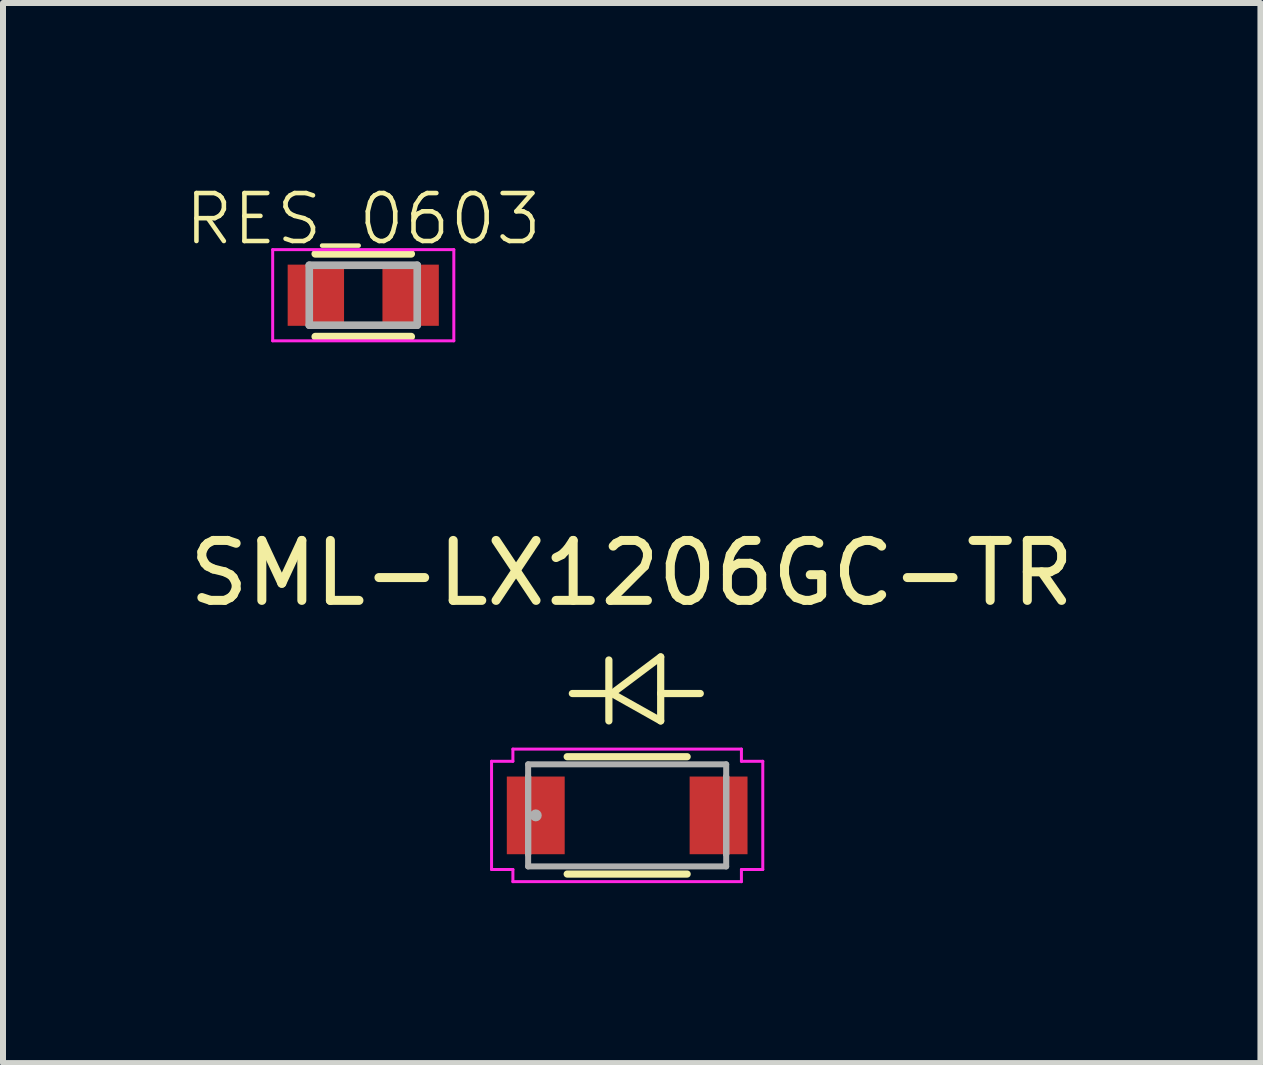
<source format=kicad_pcb>
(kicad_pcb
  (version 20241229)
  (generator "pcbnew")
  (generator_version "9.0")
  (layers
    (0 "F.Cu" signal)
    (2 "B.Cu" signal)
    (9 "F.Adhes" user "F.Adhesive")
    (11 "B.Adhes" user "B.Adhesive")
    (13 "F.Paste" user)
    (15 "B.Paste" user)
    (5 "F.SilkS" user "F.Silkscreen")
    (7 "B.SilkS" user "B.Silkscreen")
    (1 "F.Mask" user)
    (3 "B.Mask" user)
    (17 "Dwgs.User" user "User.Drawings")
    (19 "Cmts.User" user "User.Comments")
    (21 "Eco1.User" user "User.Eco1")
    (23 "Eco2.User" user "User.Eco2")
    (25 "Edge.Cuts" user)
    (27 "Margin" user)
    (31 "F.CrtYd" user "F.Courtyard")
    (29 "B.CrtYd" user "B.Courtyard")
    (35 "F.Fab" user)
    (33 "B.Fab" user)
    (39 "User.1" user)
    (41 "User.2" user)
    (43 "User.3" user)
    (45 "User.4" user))
  (footprint "SML-LX1206GC-TR"
    (layer "F.Cu")
    (at 7.406 10.544)
    (property "Reference" "SML-LX1206GC-TR" (at 0.076 -4.039 0) (layer "F.SilkS") (effects (font (size 1 1) (thickness 0.15))))
    (attr through_hole)
    (fp_line (start -1 0.978) (end 1 0.978) (stroke (width 0.12) (type solid)) (layer "F.SilkS"))
    (fp_line (start -0.305 -2.591) (end -0.305 -1.575) (stroke (width 0.12) (type solid)) (layer "F.SilkS"))
    (fp_line (start -0.254 -2.032) (end -0.914 -2.032) (stroke (width 0.12) (type solid)) (layer "F.SilkS"))
    (fp_line (start 0.559 -2.642) (end -0.254 -2.032) (stroke (width 0.12) (type solid)) (layer "F.SilkS"))
    (fp_line (start 0.559 -2.032) (end 0.559 -2.642) (stroke (width 0.12) (type solid)) (layer "F.SilkS"))
    (fp_line (start 0.559 -2.032) (end 0.559 -1.575) (stroke (width 0.12) (type solid)) (layer "F.SilkS"))
    (fp_line (start 0.559 -1.575) (end -0.254 -2.032) (stroke (width 0.12) (type solid)) (layer "F.SilkS"))
    (fp_line (start 1 -0.978) (end -1 -0.978) (stroke (width 0.12) (type solid)) (layer "F.SilkS"))
    (fp_line (start 1.219 -2.032) (end 0.559 -2.032) (stroke (width 0.12) (type solid)) (layer "F.SilkS"))
    (fp_line (start -2.261 -0.902) (end -1.905 -0.902) (stroke (width 0.05) (type solid)) (layer "F.CrtYd"))
    (fp_line (start -2.261 0.902) (end -2.261 -0.902) (stroke (width 0.05) (type solid)) (layer "F.CrtYd"))
    (fp_line (start -1.905 -1.105) (end 1.905 -1.105) (stroke (width 0.05) (type solid)) (layer "F.CrtYd"))
    (fp_line (start -1.905 -0.902) (end -1.905 -1.105) (stroke (width 0.05) (type solid)) (layer "F.CrtYd"))
    (fp_line (start -1.905 0.902) (end -2.261 0.902) (stroke (width 0.05) (type solid)) (layer "F.CrtYd"))
    (fp_line (start -1.905 1.105) (end -1.905 0.902) (stroke (width 0.05) (type solid)) (layer "F.CrtYd"))
    (fp_line (start 1.905 -1.105) (end 1.905 -0.902) (stroke (width 0.05) (type solid)) (layer "F.CrtYd"))
    (fp_line (start 1.905 -0.902) (end 2.261 -0.902) (stroke (width 0.05) (type solid)) (layer "F.CrtYd"))
    (fp_line (start 1.905 0.902) (end 1.905 1.105) (stroke (width 0.05) (type solid)) (layer "F.CrtYd"))
    (fp_line (start 1.905 1.105) (end -1.905 1.105) (stroke (width 0.05) (type solid)) (layer "F.CrtYd"))
    (fp_line (start 2.261 -0.902) (end 2.261 0.902) (stroke (width 0.05) (type solid)) (layer "F.CrtYd"))
    (fp_line (start 2.261 0.902) (end 1.905 0.902) (stroke (width 0.05) (type solid)) (layer "F.CrtYd"))
    (fp_line (start -1.651 -0.851) (end -1.651 0.851) (stroke (width 0.1) (type solid)) (layer "F.Fab"))
    (fp_line (start -1.651 -0.648) (end -1.651 -0.648) (stroke (width 0.1) (type solid)) (layer "F.Fab"))
    (fp_line (start -1.651 -0.648) (end -1.651 0.648) (stroke (width 0.1) (type solid)) (layer "F.Fab"))
    (fp_line (start -1.651 0.648) (end -1.651 -0.648) (stroke (width 0.1) (type solid)) (layer "F.Fab"))
    (fp_line (start -1.651 0.648) (end -1.651 0.648) (stroke (width 0.1) (type solid)) (layer "F.Fab"))
    (fp_line (start -1.651 0.851) (end 1.651 0.851) (stroke (width 0.1) (type solid)) (layer "F.Fab"))
    (fp_line (start 1.651 -0.851) (end -1.651 -0.851) (stroke (width 0.1) (type solid)) (layer "F.Fab"))
    (fp_line (start 1.651 -0.648) (end 1.651 -0.648) (stroke (width 0.1) (type solid)) (layer "F.Fab"))
    (fp_line (start 1.651 -0.648) (end 1.651 0.648) (stroke (width 0.1) (type solid)) (layer "F.Fab"))
    (fp_line (start 1.651 0.648) (end 1.651 -0.648) (stroke (width 0.1) (type solid)) (layer "F.Fab"))
    (fp_line (start 1.651 0.648) (end 1.651 0.648) (stroke (width 0.1) (type solid)) (layer "F.Fab"))
    (fp_line (start 1.651 0.851) (end 1.651 -0.851) (stroke (width 0.1) (type solid)) (layer "F.Fab"))
    (fp_circle (center -1.524 0) (end -1.524 0) (stroke (width 0.1) (type solid)) (fill no) (layer "F.Fab"))
    (pad "1" smd rect (at -1.524 0) (size 0.965 1.295) (layers "F.Cu" "F.Mask" "F.Paste"))
    (pad "2" smd rect (at 1.524 0) (size 0.965 1.295) (layers "F.Cu" "F.Mask" "F.Paste")))
  (footprint "RES_0603"
    (layer "F.Cu")
    (at 3.006 1.872)
    (property "Reference" "RES_0603" (at 0 -1.27 0) (layer "F.SilkS") (effects (font (size 0.8 0.8) (thickness 0.076))))
    (attr through_hole)
    (fp_line (start -0.8 -0.69) (end 0.8 -0.69) (stroke (width 0.127) (type solid)) (layer "F.SilkS"))
    (fp_line (start -0.8 0.69) (end 0.8 0.69) (stroke (width 0.127) (type solid)) (layer "F.SilkS"))
    (fp_line (start -1.51 -0.76) (end 1.51 -0.76) (stroke (width 0.05) (type solid)) (layer "F.CrtYd"))
    (fp_line (start -1.51 0.76) (end -1.51 -0.76) (stroke (width 0.05) (type solid)) (layer "F.CrtYd"))
    (fp_line (start 1.51 -0.76) (end 1.51 0.76) (stroke (width 0.05) (type solid)) (layer "F.CrtYd"))
    (fp_line (start 1.51 0.76) (end -1.51 0.76) (stroke (width 0.05) (type solid)) (layer "F.CrtYd"))
    (fp_line (start -0.9 -0.5) (end -0.9 0.5) (stroke (width 0.127) (type solid)) (layer "F.Fab"))
    (fp_line (start -0.9 -0.5) (end 0.9 -0.5) (stroke (width 0.127) (type solid)) (layer "F.Fab"))
    (fp_line (start -0.9 0.5) (end 0.9 0.5) (stroke (width 0.127) (type solid)) (layer "F.Fab"))
    (fp_line (start 0.9 -0.5) (end 0.9 0.5) (stroke (width 0.127) (type solid)) (layer "F.Fab"))
    (pad "1" smd rect (at -0.79 0) (size 0.94 1.02) (layers "F.Cu" "F.Mask" "F.Paste"))
    (pad "2" smd rect (at 0.79 0) (size 0.94 1.02) (layers "F.Cu" "F.Mask" "F.Paste")))
  (gr_rect
    (start -3 -3)
    (end 17.964 14.673)
    (stroke (width 0.1) (type default))
    (fill no)
    (layer "Edge.Cuts")))
</source>
